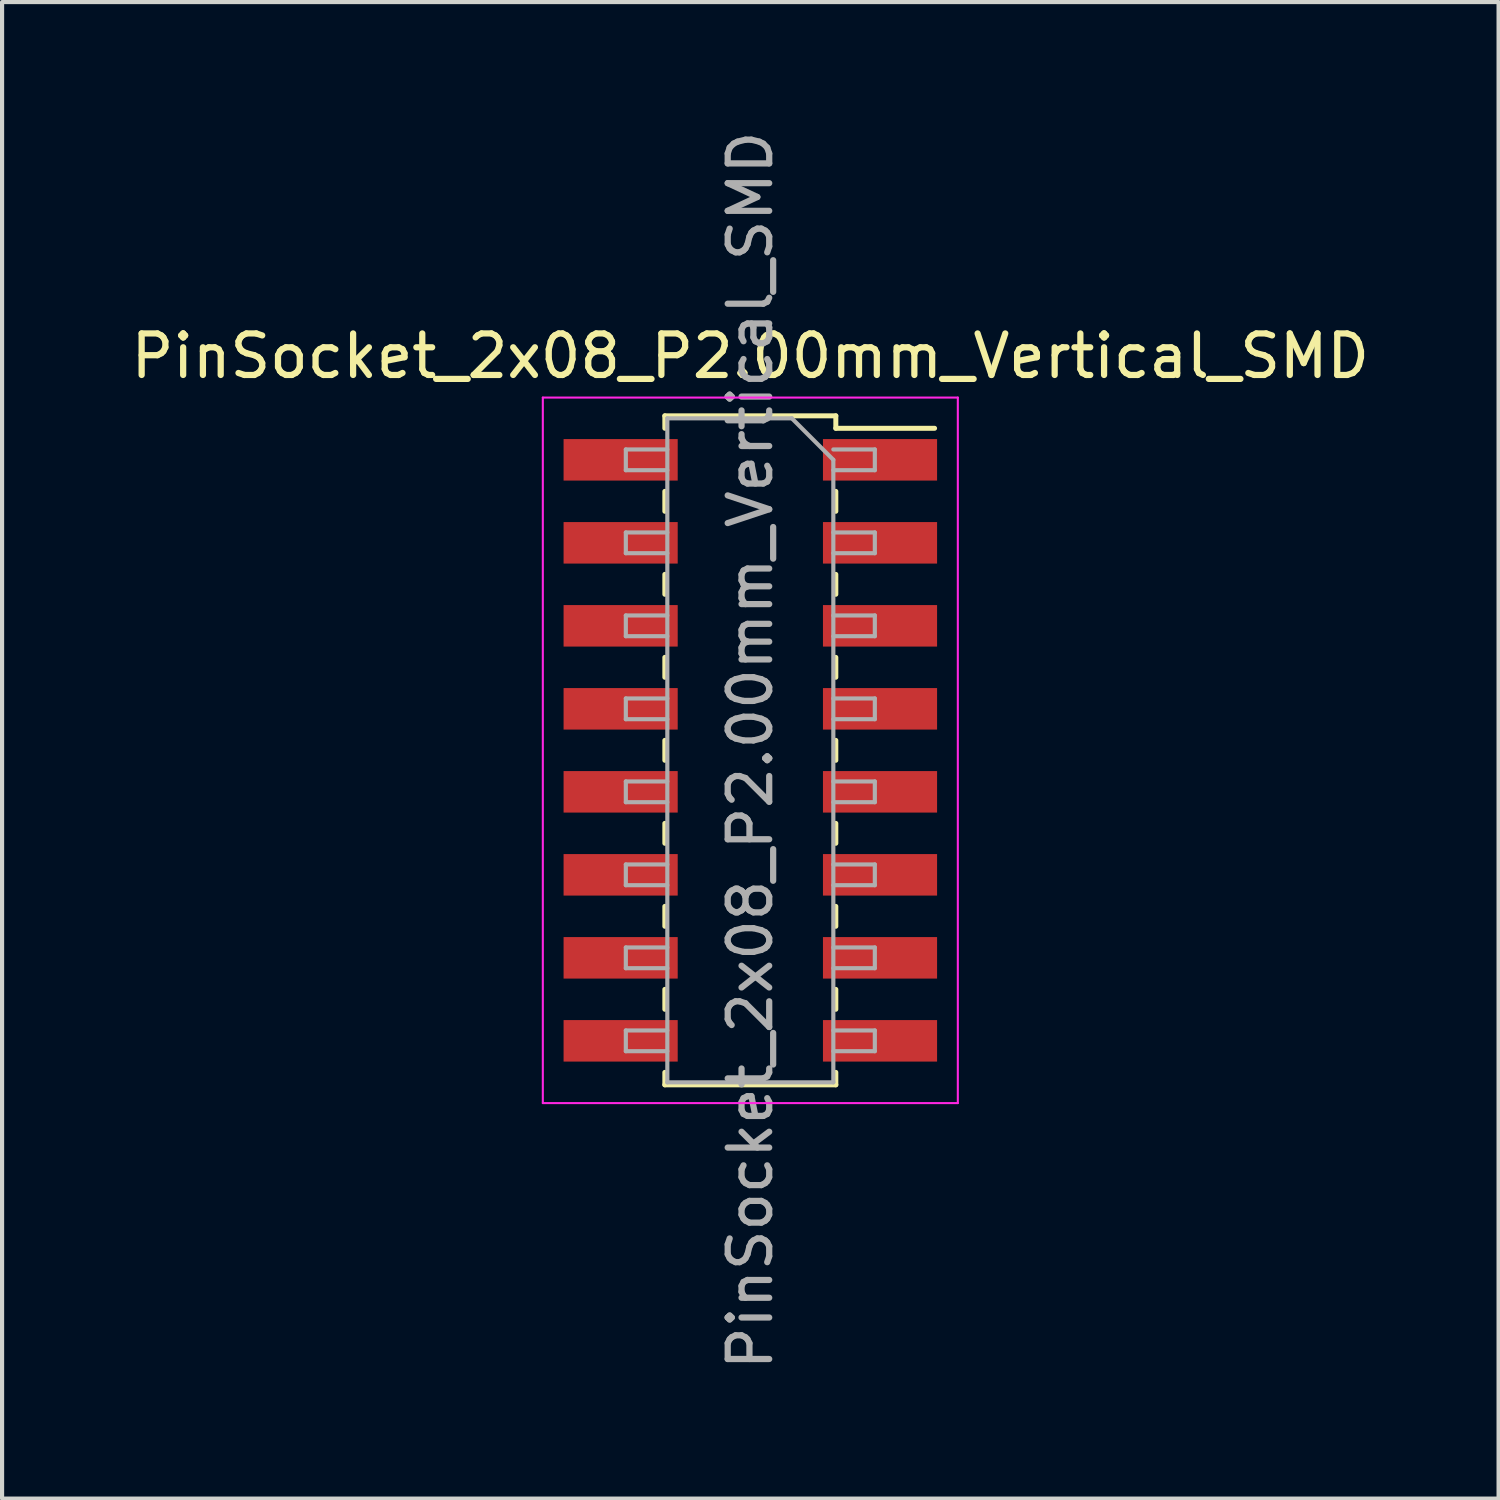
<source format=kicad_pcb>
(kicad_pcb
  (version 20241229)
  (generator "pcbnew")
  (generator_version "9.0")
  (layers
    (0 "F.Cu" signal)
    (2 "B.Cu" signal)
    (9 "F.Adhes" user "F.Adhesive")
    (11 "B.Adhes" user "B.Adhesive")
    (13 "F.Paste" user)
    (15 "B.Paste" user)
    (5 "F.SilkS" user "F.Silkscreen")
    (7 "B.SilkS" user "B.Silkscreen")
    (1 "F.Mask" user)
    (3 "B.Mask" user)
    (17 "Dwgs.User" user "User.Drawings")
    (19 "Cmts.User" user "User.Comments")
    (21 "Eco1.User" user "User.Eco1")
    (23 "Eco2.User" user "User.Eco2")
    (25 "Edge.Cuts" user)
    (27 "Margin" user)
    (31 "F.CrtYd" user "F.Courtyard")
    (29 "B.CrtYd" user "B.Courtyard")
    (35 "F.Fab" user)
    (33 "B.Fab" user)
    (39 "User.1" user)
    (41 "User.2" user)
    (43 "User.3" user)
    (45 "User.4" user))
  (footprint "PinSocket_2x08_P2.00mm_Vertical_SMD"
    (layer "F.Cu")
    (at 15.03 15.03)
    (property "Reference" "PinSocket_2x08_P2.00mm_Vertical_SMD" (at 0 -9.5 0) (layer "F.SilkS") (effects (font (size 1 1) (thickness 0.15))))
    (attr smd)
    (fp_line (start -2.06 -8.06) (end -2.06 -7.76) (stroke (width 0.12) (type solid)) (layer "F.SilkS"))
    (fp_line (start -2.06 -8.06) (end 2.06 -8.06) (stroke (width 0.12) (type solid)) (layer "F.SilkS"))
    (fp_line (start -2.06 -6.24) (end -2.06 -5.76) (stroke (width 0.12) (type solid)) (layer "F.SilkS"))
    (fp_line (start -2.06 -4.24) (end -2.06 -3.76) (stroke (width 0.12) (type solid)) (layer "F.SilkS"))
    (fp_line (start -2.06 -2.24) (end -2.06 -1.76) (stroke (width 0.12) (type solid)) (layer "F.SilkS"))
    (fp_line (start -2.06 -0.24) (end -2.06 0.24) (stroke (width 0.12) (type solid)) (layer "F.SilkS"))
    (fp_line (start -2.06 1.76) (end -2.06 2.24) (stroke (width 0.12) (type solid)) (layer "F.SilkS"))
    (fp_line (start -2.06 3.76) (end -2.06 4.24) (stroke (width 0.12) (type solid)) (layer "F.SilkS"))
    (fp_line (start -2.06 5.76) (end -2.06 6.24) (stroke (width 0.12) (type solid)) (layer "F.SilkS"))
    (fp_line (start -2.06 7.76) (end -2.06 8.06) (stroke (width 0.12) (type solid)) (layer "F.SilkS"))
    (fp_line (start -2.06 8.06) (end 2.06 8.06) (stroke (width 0.12) (type solid)) (layer "F.SilkS"))
    (fp_line (start 2.06 -8.06) (end 2.06 -7.76) (stroke (width 0.12) (type solid)) (layer "F.SilkS"))
    (fp_line (start 2.06 -7.76) (end 4.44 -7.76) (stroke (width 0.12) (type solid)) (layer "F.SilkS"))
    (fp_line (start 2.06 -6.24) (end 2.06 -5.76) (stroke (width 0.12) (type solid)) (layer "F.SilkS"))
    (fp_line (start 2.06 -4.24) (end 2.06 -3.76) (stroke (width 0.12) (type solid)) (layer "F.SilkS"))
    (fp_line (start 2.06 -2.24) (end 2.06 -1.76) (stroke (width 0.12) (type solid)) (layer "F.SilkS"))
    (fp_line (start 2.06 -0.24) (end 2.06 0.24) (stroke (width 0.12) (type solid)) (layer "F.SilkS"))
    (fp_line (start 2.06 1.76) (end 2.06 2.24) (stroke (width 0.12) (type solid)) (layer "F.SilkS"))
    (fp_line (start 2.06 3.76) (end 2.06 4.24) (stroke (width 0.12) (type solid)) (layer "F.SilkS"))
    (fp_line (start 2.06 5.76) (end 2.06 6.24) (stroke (width 0.12) (type solid)) (layer "F.SilkS"))
    (fp_line (start 2.06 7.76) (end 2.06 8.06) (stroke (width 0.12) (type solid)) (layer "F.SilkS"))
    (fp_line (start -5 -8.5) (end 5 -8.5) (stroke (width 0.05) (type solid)) (layer "F.CrtYd"))
    (fp_line (start -5 8.5) (end -5 -8.5) (stroke (width 0.05) (type solid)) (layer "F.CrtYd"))
    (fp_line (start 5 -8.5) (end 5 8.5) (stroke (width 0.05) (type solid)) (layer "F.CrtYd"))
    (fp_line (start 5 8.5) (end -5 8.5) (stroke (width 0.05) (type solid)) (layer "F.CrtYd"))
    (fp_line (start -3 -7.25) (end -2 -7.25) (stroke (width 0.1) (type solid)) (layer "F.Fab"))
    (fp_line (start -3 -6.75) (end -3 -7.25) (stroke (width 0.1) (type solid)) (layer "F.Fab"))
    (fp_line (start -3 -5.25) (end -2 -5.25) (stroke (width 0.1) (type solid)) (layer "F.Fab"))
    (fp_line (start -3 -4.75) (end -3 -5.25) (stroke (width 0.1) (type solid)) (layer "F.Fab"))
    (fp_line (start -3 -3.25) (end -2 -3.25) (stroke (width 0.1) (type solid)) (layer "F.Fab"))
    (fp_line (start -3 -2.75) (end -3 -3.25) (stroke (width 0.1) (type solid)) (layer "F.Fab"))
    (fp_line (start -3 -1.25) (end -2 -1.25) (stroke (width 0.1) (type solid)) (layer "F.Fab"))
    (fp_line (start -3 -0.75) (end -3 -1.25) (stroke (width 0.1) (type solid)) (layer "F.Fab"))
    (fp_line (start -3 0.75) (end -2 0.75) (stroke (width 0.1) (type solid)) (layer "F.Fab"))
    (fp_line (start -3 1.25) (end -3 0.75) (stroke (width 0.1) (type solid)) (layer "F.Fab"))
    (fp_line (start -3 2.75) (end -2 2.75) (stroke (width 0.1) (type solid)) (layer "F.Fab"))
    (fp_line (start -3 3.25) (end -3 2.75) (stroke (width 0.1) (type solid)) (layer "F.Fab"))
    (fp_line (start -3 4.75) (end -2 4.75) (stroke (width 0.1) (type solid)) (layer "F.Fab"))
    (fp_line (start -3 5.25) (end -3 4.75) (stroke (width 0.1) (type solid)) (layer "F.Fab"))
    (fp_line (start -3 6.75) (end -2 6.75) (stroke (width 0.1) (type solid)) (layer "F.Fab"))
    (fp_line (start -3 7.25) (end -3 6.75) (stroke (width 0.1) (type solid)) (layer "F.Fab"))
    (fp_line (start -2 -8) (end 1 -8) (stroke (width 0.1) (type solid)) (layer "F.Fab"))
    (fp_line (start -2 -6.75) (end -3 -6.75) (stroke (width 0.1) (type solid)) (layer "F.Fab"))
    (fp_line (start -2 -4.75) (end -3 -4.75) (stroke (width 0.1) (type solid)) (layer "F.Fab"))
    (fp_line (start -2 -2.75) (end -3 -2.75) (stroke (width 0.1) (type solid)) (layer "F.Fab"))
    (fp_line (start -2 -0.75) (end -3 -0.75) (stroke (width 0.1) (type solid)) (layer "F.Fab"))
    (fp_line (start -2 1.25) (end -3 1.25) (stroke (width 0.1) (type solid)) (layer "F.Fab"))
    (fp_line (start -2 3.25) (end -3 3.25) (stroke (width 0.1) (type solid)) (layer "F.Fab"))
    (fp_line (start -2 5.25) (end -3 5.25) (stroke (width 0.1) (type solid)) (layer "F.Fab"))
    (fp_line (start -2 7.25) (end -3 7.25) (stroke (width 0.1) (type solid)) (layer "F.Fab"))
    (fp_line (start -2 8) (end -2 -8) (stroke (width 0.1) (type solid)) (layer "F.Fab"))
    (fp_line (start 1 -8) (end 2 -7) (stroke (width 0.1) (type solid)) (layer "F.Fab"))
    (fp_line (start 2 -7.25) (end 3 -7.25) (stroke (width 0.1) (type solid)) (layer "F.Fab"))
    (fp_line (start 2 -7) (end 2 8) (stroke (width 0.1) (type solid)) (layer "F.Fab"))
    (fp_line (start 2 -5.25) (end 3 -5.25) (stroke (width 0.1) (type solid)) (layer "F.Fab"))
    (fp_line (start 2 -3.25) (end 3 -3.25) (stroke (width 0.1) (type solid)) (layer "F.Fab"))
    (fp_line (start 2 -1.25) (end 3 -1.25) (stroke (width 0.1) (type solid)) (layer "F.Fab"))
    (fp_line (start 2 0.75) (end 3 0.75) (stroke (width 0.1) (type solid)) (layer "F.Fab"))
    (fp_line (start 2 2.75) (end 3 2.75) (stroke (width 0.1) (type solid)) (layer "F.Fab"))
    (fp_line (start 2 4.75) (end 3 4.75) (stroke (width 0.1) (type solid)) (layer "F.Fab"))
    (fp_line (start 2 6.75) (end 3 6.75) (stroke (width 0.1) (type solid)) (layer "F.Fab"))
    (fp_line (start 2 8) (end -2 8) (stroke (width 0.1) (type solid)) (layer "F.Fab"))
    (fp_line (start 3 -7.25) (end 3 -6.75) (stroke (width 0.1) (type solid)) (layer "F.Fab"))
    (fp_line (start 3 -6.75) (end 2 -6.75) (stroke (width 0.1) (type solid)) (layer "F.Fab"))
    (fp_line (start 3 -5.25) (end 3 -4.75) (stroke (width 0.1) (type solid)) (layer "F.Fab"))
    (fp_line (start 3 -4.75) (end 2 -4.75) (stroke (width 0.1) (type solid)) (layer "F.Fab"))
    (fp_line (start 3 -3.25) (end 3 -2.75) (stroke (width 0.1) (type solid)) (layer "F.Fab"))
    (fp_line (start 3 -2.75) (end 2 -2.75) (stroke (width 0.1) (type solid)) (layer "F.Fab"))
    (fp_line (start 3 -1.25) (end 3 -0.75) (stroke (width 0.1) (type solid)) (layer "F.Fab"))
    (fp_line (start 3 -0.75) (end 2 -0.75) (stroke (width 0.1) (type solid)) (layer "F.Fab"))
    (fp_line (start 3 0.75) (end 3 1.25) (stroke (width 0.1) (type solid)) (layer "F.Fab"))
    (fp_line (start 3 1.25) (end 2 1.25) (stroke (width 0.1) (type solid)) (layer "F.Fab"))
    (fp_line (start 3 2.75) (end 3 3.25) (stroke (width 0.1) (type solid)) (layer "F.Fab"))
    (fp_line (start 3 3.25) (end 2 3.25) (stroke (width 0.1) (type solid)) (layer "F.Fab"))
    (fp_line (start 3 4.75) (end 3 5.25) (stroke (width 0.1) (type solid)) (layer "F.Fab"))
    (fp_line (start 3 5.25) (end 2 5.25) (stroke (width 0.1) (type solid)) (layer "F.Fab"))
    (fp_line (start 3 6.75) (end 3 7.25) (stroke (width 0.1) (type solid)) (layer "F.Fab"))
    (fp_line (start 3 7.25) (end 2 7.25) (stroke (width 0.1) (type solid)) (layer "F.Fab"))
    (fp_text user "${REFERENCE}" (at 0 0 90) (layer "F.Fab") (effects (font (size 1 1) (thickness 0.15))))
    (pad "1" smd rect (at 3.125 -7) (size 2.75 1) (layers "F.Cu" "F.Mask" "F.Paste"))
    (pad "2" smd rect (at -3.125 -7) (size 2.75 1) (layers "F.Cu" "F.Mask" "F.Paste"))
    (pad "3" smd rect (at 3.125 -5) (size 2.75 1) (layers "F.Cu" "F.Mask" "F.Paste"))
    (pad "4" smd rect (at -3.125 -5) (size 2.75 1) (layers "F.Cu" "F.Mask" "F.Paste"))
    (pad "5" smd rect (at 3.125 -3) (size 2.75 1) (layers "F.Cu" "F.Mask" "F.Paste"))
    (pad "6" smd rect (at -3.125 -3) (size 2.75 1) (layers "F.Cu" "F.Mask" "F.Paste"))
    (pad "7" smd rect (at 3.125 -1) (size 2.75 1) (layers "F.Cu" "F.Mask" "F.Paste"))
    (pad "8" smd rect (at -3.125 -1) (size 2.75 1) (layers "F.Cu" "F.Mask" "F.Paste"))
    (pad "9" smd rect (at 3.125 1) (size 2.75 1) (layers "F.Cu" "F.Mask" "F.Paste"))
    (pad "10" smd rect (at -3.125 1) (size 2.75 1) (layers "F.Cu" "F.Mask" "F.Paste"))
    (pad "11" smd rect (at 3.125 3) (size 2.75 1) (layers "F.Cu" "F.Mask" "F.Paste"))
    (pad "12" smd rect (at -3.125 3) (size 2.75 1) (layers "F.Cu" "F.Mask" "F.Paste"))
    (pad "13" smd rect (at 3.125 5) (size 2.75 1) (layers "F.Cu" "F.Mask" "F.Paste"))
    (pad "14" smd rect (at -3.125 5) (size 2.75 1) (layers "F.Cu" "F.Mask" "F.Paste"))
    (pad "15" smd rect (at 3.125 7) (size 2.75 1) (layers "F.Cu" "F.Mask" "F.Paste"))
    (pad "16" smd rect (at -3.125 7) (size 2.75 1) (layers "F.Cu" "F.Mask" "F.Paste")))
  (gr_rect
    (start -3 -3)
    (end 33.06 33.06)
    (stroke (width 0.1) (type default))
    (fill no)
    (layer "Edge.Cuts")))
</source>
